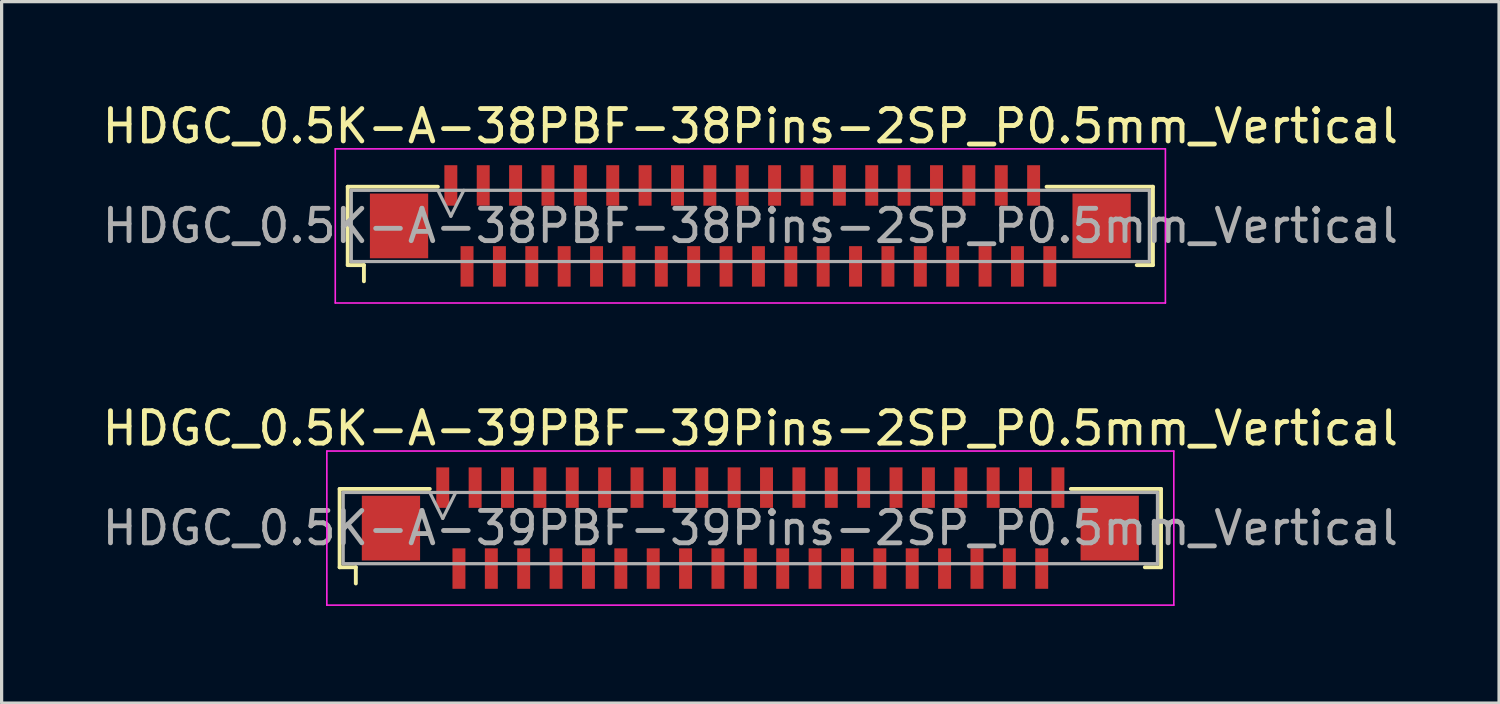
<source format=kicad_pcb>
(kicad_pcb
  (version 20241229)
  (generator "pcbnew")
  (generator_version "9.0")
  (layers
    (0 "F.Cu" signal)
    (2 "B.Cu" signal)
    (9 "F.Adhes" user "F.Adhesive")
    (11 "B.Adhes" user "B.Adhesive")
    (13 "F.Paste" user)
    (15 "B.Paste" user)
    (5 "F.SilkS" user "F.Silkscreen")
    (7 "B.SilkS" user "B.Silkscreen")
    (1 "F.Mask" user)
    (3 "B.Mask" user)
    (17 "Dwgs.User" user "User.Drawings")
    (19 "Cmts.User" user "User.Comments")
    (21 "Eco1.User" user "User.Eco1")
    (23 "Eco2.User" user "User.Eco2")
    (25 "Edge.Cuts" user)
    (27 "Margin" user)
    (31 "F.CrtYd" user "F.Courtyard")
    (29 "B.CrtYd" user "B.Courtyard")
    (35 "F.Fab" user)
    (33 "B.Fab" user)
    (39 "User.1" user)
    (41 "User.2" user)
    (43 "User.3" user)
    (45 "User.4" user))
  (footprint "HDGC_0.5K-A-39PBF-39Pins-2SP_P0.5mm_Vertical"
    (layer "F.Cu")
    (at 20.125 13.261)
    (property "Reference" "HDGC_0.5K-A-39PBF-39Pins-2SP_P0.5mm_Vertical" (at 0 -3.08 0) (layer "F.SilkS") (effects (font (size 1 1) (thickness 0.15))))
    (attr smd)
    (fp_line (start -12.685 -1.21) (end -9.9 -1.21) (stroke (width 0.12) (type solid)) (layer "F.SilkS"))
    (fp_line (start -12.685 1.21) (end -12.685 -1.21) (stroke (width 0.12) (type solid)) (layer "F.SilkS"))
    (fp_line (start -12.185 1.21) (end -12.685 1.21) (stroke (width 0.12) (type solid)) (layer "F.SilkS"))
    (fp_line (start -12.185 1.71) (end -12.185 1.21) (stroke (width 0.12) (type solid)) (layer "F.SilkS"))
    (fp_line (start 12.185 1.21) (end 12.685 1.21) (stroke (width 0.12) (type solid)) (layer "F.SilkS"))
    (fp_line (start 12.685 -1.21) (end 9.9 -1.21) (stroke (width 0.12) (type solid)) (layer "F.SilkS"))
    (fp_line (start 12.685 1.21) (end 12.685 -1.21) (stroke (width 0.12) (type solid)) (layer "F.SilkS"))
    (fp_line (start -13.08 -2.38) (end 13.08 -2.38) (stroke (width 0.05) (type solid)) (layer "F.CrtYd"))
    (fp_line (start -13.08 2.38) (end -13.08 -2.38) (stroke (width 0.05) (type solid)) (layer "F.CrtYd"))
    (fp_line (start 13.08 -2.38) (end 13.08 2.38) (stroke (width 0.05) (type solid)) (layer "F.CrtYd"))
    (fp_line (start 13.08 2.38) (end -13.08 2.38) (stroke (width 0.05) (type solid)) (layer "F.CrtYd"))
    (fp_line (start -12.575 -1.1) (end -12.575 1.1) (stroke (width 0.1) (type solid)) (layer "F.Fab"))
    (fp_line (start -12.575 1.1) (end 12.575 1.1) (stroke (width 0.1) (type solid)) (layer "F.Fab"))
    (fp_line (start -9.9 -1.1) (end -9.5 -0.3) (stroke (width 0.1) (type solid)) (layer "F.Fab"))
    (fp_line (start -9.5 -0.3) (end -9.1 -1.1) (stroke (width 0.1) (type solid)) (layer "F.Fab"))
    (fp_line (start 12.575 -1.1) (end -12.575 -1.1) (stroke (width 0.1) (type solid)) (layer "F.Fab"))
    (fp_line (start 12.575 1.1) (end 12.575 -1.1) (stroke (width 0.1) (type solid)) (layer "F.Fab"))
    (fp_text user "${REFERENCE}" (at 0 0 0) (layer "F.Fab") (effects (font (size 1 1) (thickness 0.15))))
    (pad "1" smd rect (at -9.5 -1.25) (size 0.4 1.25) (layers "F.Cu" "F.Mask" "F.Paste"))
    (pad "2" smd rect (at -9 1.25) (size 0.4 1.25) (layers "F.Cu" "F.Mask" "F.Paste"))
    (pad "3" smd rect (at -8.5 -1.25) (size 0.4 1.25) (layers "F.Cu" "F.Mask" "F.Paste"))
    (pad "4" smd rect (at -8 1.25) (size 0.4 1.25) (layers "F.Cu" "F.Mask" "F.Paste"))
    (pad "5" smd rect (at -7.5 -1.25) (size 0.4 1.25) (layers "F.Cu" "F.Mask" "F.Paste"))
    (pad "6" smd rect (at -7 1.25) (size 0.4 1.25) (layers "F.Cu" "F.Mask" "F.Paste"))
    (pad "7" smd rect (at -6.5 -1.25) (size 0.4 1.25) (layers "F.Cu" "F.Mask" "F.Paste"))
    (pad "8" smd rect (at -6 1.25) (size 0.4 1.25) (layers "F.Cu" "F.Mask" "F.Paste"))
    (pad "9" smd rect (at -5.5 -1.25) (size 0.4 1.25) (layers "F.Cu" "F.Mask" "F.Paste"))
    (pad "10" smd rect (at -5 1.25) (size 0.4 1.25) (layers "F.Cu" "F.Mask" "F.Paste"))
    (pad "11" smd rect (at -4.5 -1.25) (size 0.4 1.25) (layers "F.Cu" "F.Mask" "F.Paste"))
    (pad "12" smd rect (at -4 1.25) (size 0.4 1.25) (layers "F.Cu" "F.Mask" "F.Paste"))
    (pad "13" smd rect (at -3.5 -1.25) (size 0.4 1.25) (layers "F.Cu" "F.Mask" "F.Paste"))
    (pad "14" smd rect (at -3 1.25) (size 0.4 1.25) (layers "F.Cu" "F.Mask" "F.Paste"))
    (pad "15" smd rect (at -2.5 -1.25) (size 0.4 1.25) (layers "F.Cu" "F.Mask" "F.Paste"))
    (pad "16" smd rect (at -2 1.25) (size 0.4 1.25) (layers "F.Cu" "F.Mask" "F.Paste"))
    (pad "17" smd rect (at -1.5 -1.25) (size 0.4 1.25) (layers "F.Cu" "F.Mask" "F.Paste"))
    (pad "18" smd rect (at -1 1.25) (size 0.4 1.25) (layers "F.Cu" "F.Mask" "F.Paste"))
    (pad "19" smd rect (at -0.5 -1.25) (size 0.4 1.25) (layers "F.Cu" "F.Mask" "F.Paste"))
    (pad "20" smd rect (at 0 1.25) (size 0.4 1.25) (layers "F.Cu" "F.Mask" "F.Paste"))
    (pad "21" smd rect (at 0.5 -1.25) (size 0.4 1.25) (layers "F.Cu" "F.Mask" "F.Paste"))
    (pad "22" smd rect (at 1 1.25) (size 0.4 1.25) (layers "F.Cu" "F.Mask" "F.Paste"))
    (pad "23" smd rect (at 1.5 -1.25) (size 0.4 1.25) (layers "F.Cu" "F.Mask" "F.Paste"))
    (pad "24" smd rect (at 2 1.25) (size 0.4 1.25) (layers "F.Cu" "F.Mask" "F.Paste"))
    (pad "25" smd rect (at 2.5 -1.25) (size 0.4 1.25) (layers "F.Cu" "F.Mask" "F.Paste"))
    (pad "26" smd rect (at 3 1.25) (size 0.4 1.25) (layers "F.Cu" "F.Mask" "F.Paste"))
    (pad "27" smd rect (at 3.5 -1.25) (size 0.4 1.25) (layers "F.Cu" "F.Mask" "F.Paste"))
    (pad "28" smd rect (at 4 1.25) (size 0.4 1.25) (layers "F.Cu" "F.Mask" "F.Paste"))
    (pad "29" smd rect (at 4.5 -1.25) (size 0.4 1.25) (layers "F.Cu" "F.Mask" "F.Paste"))
    (pad "30" smd rect (at 5 1.25) (size 0.4 1.25) (layers "F.Cu" "F.Mask" "F.Paste"))
    (pad "31" smd rect (at 5.5 -1.25) (size 0.4 1.25) (layers "F.Cu" "F.Mask" "F.Paste"))
    (pad "32" smd rect (at 6 1.25) (size 0.4 1.25) (layers "F.Cu" "F.Mask" "F.Paste"))
    (pad "33" smd rect (at 6.5 -1.25) (size 0.4 1.25) (layers "F.Cu" "F.Mask" "F.Paste"))
    (pad "34" smd rect (at 7 1.25) (size 0.4 1.25) (layers "F.Cu" "F.Mask" "F.Paste"))
    (pad "35" smd rect (at 7.5 -1.25) (size 0.4 1.25) (layers "F.Cu" "F.Mask" "F.Paste"))
    (pad "36" smd rect (at 8 1.25) (size 0.4 1.25) (layers "F.Cu" "F.Mask" "F.Paste"))
    (pad "37" smd rect (at 8.5 -1.25) (size 0.4 1.25) (layers "F.Cu" "F.Mask" "F.Paste"))
    (pad "38" smd rect (at 9 1.25) (size 0.4 1.25) (layers "F.Cu" "F.Mask" "F.Paste"))
    (pad "39" smd rect (at 9.5 -1.25) (size 0.4 1.25) (layers "F.Cu" "F.Mask" "F.Paste"))
    (pad "MP" smd rect (at -11.1 0) (size 1.8 2) (layers "F.Cu" "F.Mask" "F.Paste"))
    (pad "MP" smd rect (at 11.1 0) (size 1.8 2) (layers "F.Cu" "F.Mask" "F.Paste")))
  (footprint "HDGC_0.5K-A-38PBF-38Pins-2SP_P0.5mm_Vertical"
    (layer "F.Cu")
    (at 20.125 3.928)
    (property "Reference" "HDGC_0.5K-A-38PBF-38Pins-2SP_P0.5mm_Vertical" (at 0 -3.08 0) (layer "F.SilkS") (effects (font (size 1 1) (thickness 0.15))))
    (attr smd)
    (fp_line (start -12.435 -1.21) (end -9.65 -1.21) (stroke (width 0.12) (type solid)) (layer "F.SilkS"))
    (fp_line (start -12.435 1.21) (end -12.435 -1.21) (stroke (width 0.12) (type solid)) (layer "F.SilkS"))
    (fp_line (start -11.935 1.21) (end -12.435 1.21) (stroke (width 0.12) (type solid)) (layer "F.SilkS"))
    (fp_line (start -11.935 1.71) (end -11.935 1.21) (stroke (width 0.12) (type solid)) (layer "F.SilkS"))
    (fp_line (start 11.935 1.21) (end 12.435 1.21) (stroke (width 0.12) (type solid)) (layer "F.SilkS"))
    (fp_line (start 12.435 -1.21) (end 9.15 -1.21) (stroke (width 0.12) (type solid)) (layer "F.SilkS"))
    (fp_line (start 12.435 1.21) (end 12.435 -1.21) (stroke (width 0.12) (type solid)) (layer "F.SilkS"))
    (fp_line (start -12.82 -2.38) (end 12.82 -2.38) (stroke (width 0.05) (type solid)) (layer "F.CrtYd"))
    (fp_line (start -12.82 2.38) (end -12.82 -2.38) (stroke (width 0.05) (type solid)) (layer "F.CrtYd"))
    (fp_line (start 12.82 -2.38) (end 12.82 2.38) (stroke (width 0.05) (type solid)) (layer "F.CrtYd"))
    (fp_line (start 12.82 2.38) (end -12.82 2.38) (stroke (width 0.05) (type solid)) (layer "F.CrtYd"))
    (fp_line (start -12.325 -1.1) (end -12.325 1.1) (stroke (width 0.1) (type solid)) (layer "F.Fab"))
    (fp_line (start -12.325 1.1) (end 12.325 1.1) (stroke (width 0.1) (type solid)) (layer "F.Fab"))
    (fp_line (start -9.65 -1.1) (end -9.25 -0.3) (stroke (width 0.1) (type solid)) (layer "F.Fab"))
    (fp_line (start -9.25 -0.3) (end -8.85 -1.1) (stroke (width 0.1) (type solid)) (layer "F.Fab"))
    (fp_line (start 12.325 -1.1) (end -12.325 -1.1) (stroke (width 0.1) (type solid)) (layer "F.Fab"))
    (fp_line (start 12.325 1.1) (end 12.325 -1.1) (stroke (width 0.1) (type solid)) (layer "F.Fab"))
    (fp_text user "${REFERENCE}" (at 0 0 0) (layer "F.Fab") (effects (font (size 1 1) (thickness 0.15))))
    (pad "1" smd rect (at -9.25 -1.25) (size 0.4 1.25) (layers "F.Cu" "F.Mask" "F.Paste"))
    (pad "2" smd rect (at -8.75 1.25) (size 0.4 1.25) (layers "F.Cu" "F.Mask" "F.Paste"))
    (pad "3" smd rect (at -8.25 -1.25) (size 0.4 1.25) (layers "F.Cu" "F.Mask" "F.Paste"))
    (pad "4" smd rect (at -7.75 1.25) (size 0.4 1.25) (layers "F.Cu" "F.Mask" "F.Paste"))
    (pad "5" smd rect (at -7.25 -1.25) (size 0.4 1.25) (layers "F.Cu" "F.Mask" "F.Paste"))
    (pad "6" smd rect (at -6.75 1.25) (size 0.4 1.25) (layers "F.Cu" "F.Mask" "F.Paste"))
    (pad "7" smd rect (at -6.25 -1.25) (size 0.4 1.25) (layers "F.Cu" "F.Mask" "F.Paste"))
    (pad "8" smd rect (at -5.75 1.25) (size 0.4 1.25) (layers "F.Cu" "F.Mask" "F.Paste"))
    (pad "9" smd rect (at -5.25 -1.25) (size 0.4 1.25) (layers "F.Cu" "F.Mask" "F.Paste"))
    (pad "10" smd rect (at -4.75 1.25) (size 0.4 1.25) (layers "F.Cu" "F.Mask" "F.Paste"))
    (pad "11" smd rect (at -4.25 -1.25) (size 0.4 1.25) (layers "F.Cu" "F.Mask" "F.Paste"))
    (pad "12" smd rect (at -3.75 1.25) (size 0.4 1.25) (layers "F.Cu" "F.Mask" "F.Paste"))
    (pad "13" smd rect (at -3.25 -1.25) (size 0.4 1.25) (layers "F.Cu" "F.Mask" "F.Paste"))
    (pad "14" smd rect (at -2.75 1.25) (size 0.4 1.25) (layers "F.Cu" "F.Mask" "F.Paste"))
    (pad "15" smd rect (at -2.25 -1.25) (size 0.4 1.25) (layers "F.Cu" "F.Mask" "F.Paste"))
    (pad "16" smd rect (at -1.75 1.25) (size 0.4 1.25) (layers "F.Cu" "F.Mask" "F.Paste"))
    (pad "17" smd rect (at -1.25 -1.25) (size 0.4 1.25) (layers "F.Cu" "F.Mask" "F.Paste"))
    (pad "18" smd rect (at -0.75 1.25) (size 0.4 1.25) (layers "F.Cu" "F.Mask" "F.Paste"))
    (pad "19" smd rect (at -0.25 -1.25) (size 0.4 1.25) (layers "F.Cu" "F.Mask" "F.Paste"))
    (pad "20" smd rect (at 0.25 1.25) (size 0.4 1.25) (layers "F.Cu" "F.Mask" "F.Paste"))
    (pad "21" smd rect (at 0.75 -1.25) (size 0.4 1.25) (layers "F.Cu" "F.Mask" "F.Paste"))
    (pad "22" smd rect (at 1.25 1.25) (size 0.4 1.25) (layers "F.Cu" "F.Mask" "F.Paste"))
    (pad "23" smd rect (at 1.75 -1.25) (size 0.4 1.25) (layers "F.Cu" "F.Mask" "F.Paste"))
    (pad "24" smd rect (at 2.25 1.25) (size 0.4 1.25) (layers "F.Cu" "F.Mask" "F.Paste"))
    (pad "25" smd rect (at 2.75 -1.25) (size 0.4 1.25) (layers "F.Cu" "F.Mask" "F.Paste"))
    (pad "26" smd rect (at 3.25 1.25) (size 0.4 1.25) (layers "F.Cu" "F.Mask" "F.Paste"))
    (pad "27" smd rect (at 3.75 -1.25) (size 0.4 1.25) (layers "F.Cu" "F.Mask" "F.Paste"))
    (pad "28" smd rect (at 4.25 1.25) (size 0.4 1.25) (layers "F.Cu" "F.Mask" "F.Paste"))
    (pad "29" smd rect (at 4.75 -1.25) (size 0.4 1.25) (layers "F.Cu" "F.Mask" "F.Paste"))
    (pad "30" smd rect (at 5.25 1.25) (size 0.4 1.25) (layers "F.Cu" "F.Mask" "F.Paste"))
    (pad "31" smd rect (at 5.75 -1.25) (size 0.4 1.25) (layers "F.Cu" "F.Mask" "F.Paste"))
    (pad "32" smd rect (at 6.25 1.25) (size 0.4 1.25) (layers "F.Cu" "F.Mask" "F.Paste"))
    (pad "33" smd rect (at 6.75 -1.25) (size 0.4 1.25) (layers "F.Cu" "F.Mask" "F.Paste"))
    (pad "34" smd rect (at 7.25 1.25) (size 0.4 1.25) (layers "F.Cu" "F.Mask" "F.Paste"))
    (pad "35" smd rect (at 7.75 -1.25) (size 0.4 1.25) (layers "F.Cu" "F.Mask" "F.Paste"))
    (pad "36" smd rect (at 8.25 1.25) (size 0.4 1.25) (layers "F.Cu" "F.Mask" "F.Paste"))
    (pad "37" smd rect (at 8.75 -1.25) (size 0.4 1.25) (layers "F.Cu" "F.Mask" "F.Paste"))
    (pad "38" smd rect (at 9.25 1.25) (size 0.4 1.25) (layers "F.Cu" "F.Mask" "F.Paste"))
    (pad "MP" smd rect (at -10.85 0) (size 1.8 2) (layers "F.Cu" "F.Mask" "F.Paste"))
    (pad "MP" smd rect (at 10.85 0) (size 1.8 2) (layers "F.Cu" "F.Mask" "F.Paste")))
  (gr_rect
    (start -3 -3)
    (end 43.25 18.666)
    (stroke (width 0.1) (type default))
    (fill no)
    (layer "Edge.Cuts")))
</source>
